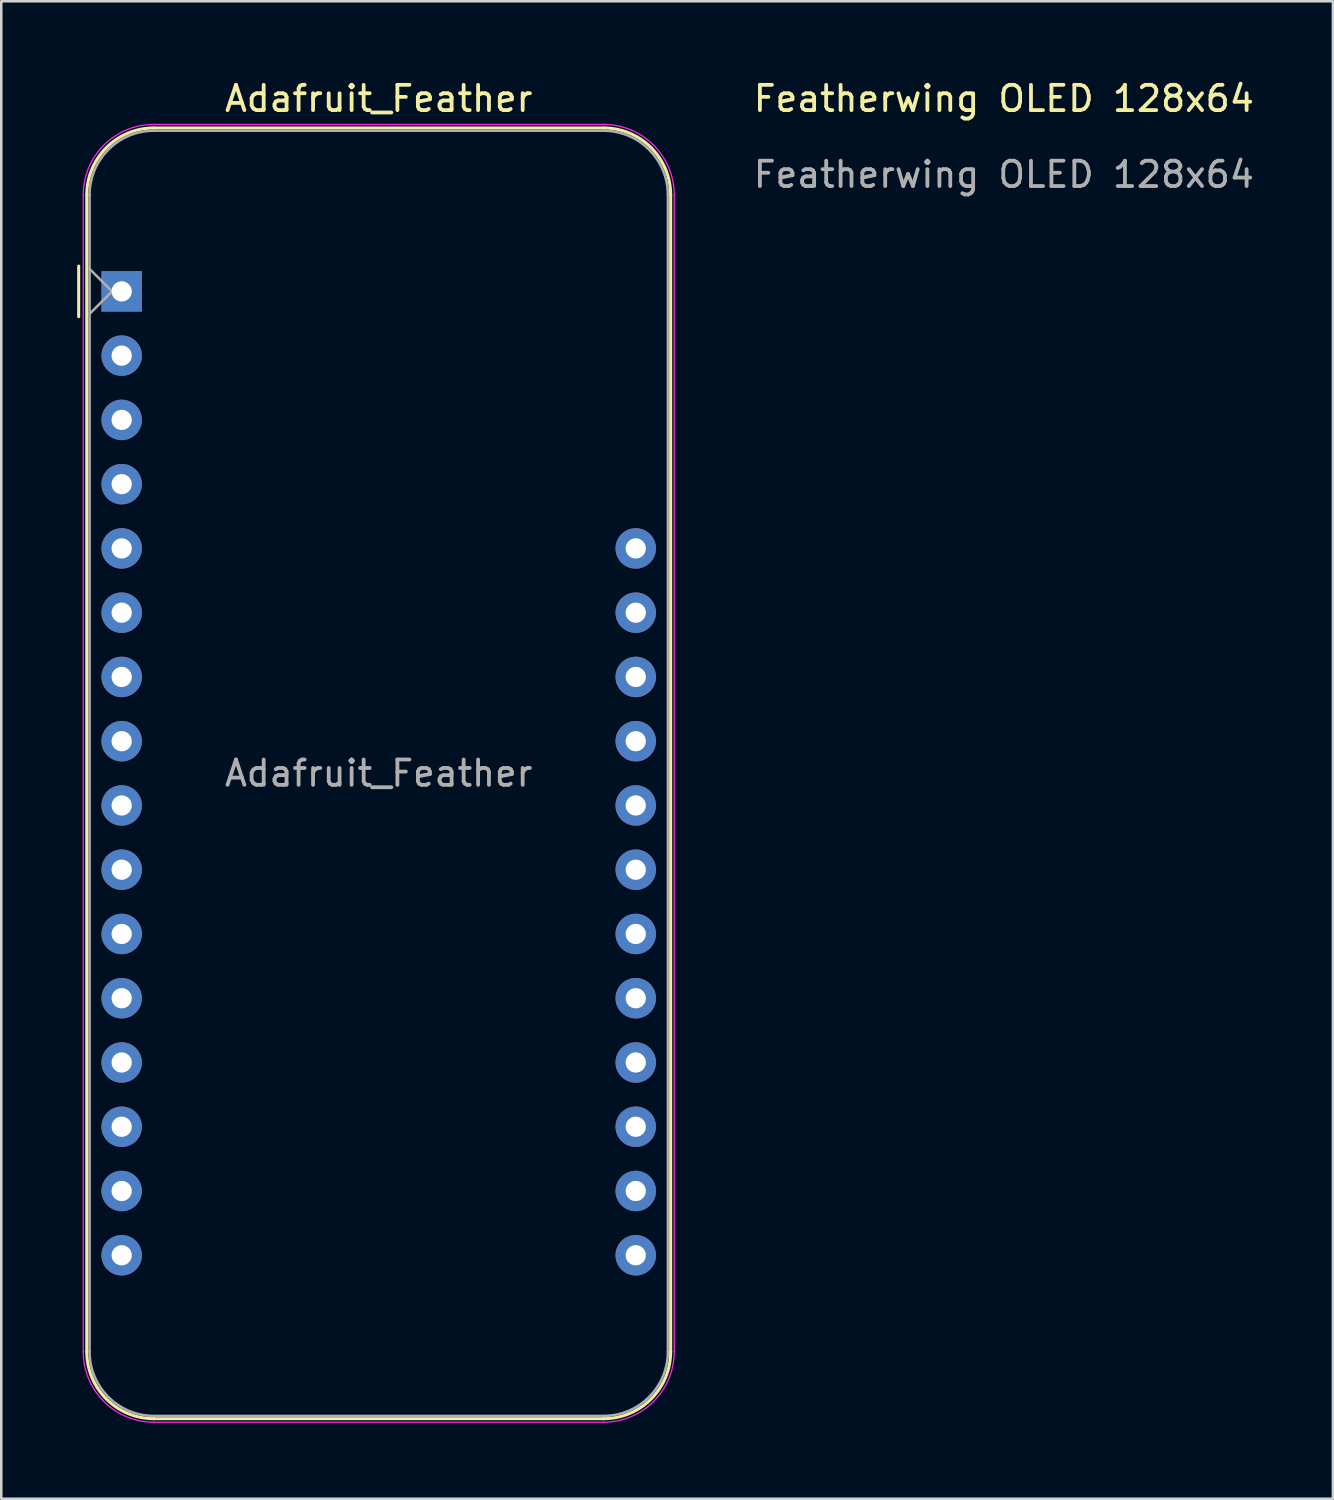
<source format=kicad_pcb>
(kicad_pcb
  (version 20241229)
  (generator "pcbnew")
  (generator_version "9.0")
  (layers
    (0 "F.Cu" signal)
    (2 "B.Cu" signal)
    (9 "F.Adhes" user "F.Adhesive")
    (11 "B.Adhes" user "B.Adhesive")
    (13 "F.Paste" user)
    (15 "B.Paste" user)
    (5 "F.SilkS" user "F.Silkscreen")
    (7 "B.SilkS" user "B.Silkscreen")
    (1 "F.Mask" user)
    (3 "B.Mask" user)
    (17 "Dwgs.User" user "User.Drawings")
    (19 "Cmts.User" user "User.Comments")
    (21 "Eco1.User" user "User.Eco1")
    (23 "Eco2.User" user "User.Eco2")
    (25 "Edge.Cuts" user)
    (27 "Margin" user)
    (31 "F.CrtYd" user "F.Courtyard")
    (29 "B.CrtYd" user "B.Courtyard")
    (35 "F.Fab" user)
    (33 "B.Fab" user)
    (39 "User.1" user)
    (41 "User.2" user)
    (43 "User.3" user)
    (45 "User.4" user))
  (footprint "Adafruit_Feather"
    (layer "F.Cu")
    (at 1.76 8.468)
    (property "Reference" "Adafruit_Feather" (at 10.16 -7.62 0) (layer "F.SilkS") (effects (font (size 1 1) (thickness 0.15))))
    (attr through_hole)
    (fp_line (start -1.7 1) (end -1.7 -1) (stroke (width 0.12) (type solid)) (layer "F.SilkS"))
    (fp_line (start -1.38 -3.81) (end -1.38 41.91) (stroke (width 0.12) (type solid)) (layer "F.SilkS"))
    (fp_line (start 19.05 -6.46) (end 1.27 -6.46) (stroke (width 0.12) (type solid)) (layer "F.SilkS"))
    (fp_line (start 19.05 44.56) (end 1.27 44.56) (stroke (width 0.12) (type solid)) (layer "F.SilkS"))
    (fp_line (start 21.7 -3.81) (end 21.7 41.91) (stroke (width 0.12) (type solid)) (layer "F.SilkS"))
    (fp_arc (start -1.38 -3.81) (mid -0.603833 -5.683833) (end 1.27 -6.46) (stroke (width 0.12) (type solid)) (layer "F.SilkS"))
    (fp_arc (start 1.27 44.56) (mid -0.603833 43.783833) (end -1.38 41.91) (stroke (width 0.12) (type solid)) (layer "F.SilkS"))
    (fp_arc (start 19.05 -6.46) (mid 20.923833 -5.683833) (end 21.7 -3.81) (stroke (width 0.12) (type solid)) (layer "F.SilkS"))
    (fp_arc (start 21.7 41.91) (mid 20.923833 43.783833) (end 19.05 44.56) (stroke (width 0.12) (type solid)) (layer "F.SilkS"))
    (fp_line (start -1.52 41.91) (end -1.52 -3.81) (stroke (width 0.05) (type solid)) (layer "F.CrtYd"))
    (fp_line (start 19.05 -6.6) (end 1.27 -6.6) (stroke (width 0.05) (type solid)) (layer "F.CrtYd"))
    (fp_line (start 19.05 44.7) (end 1.27 44.7) (stroke (width 0.05) (type solid)) (layer "F.CrtYd"))
    (fp_line (start 21.84 41.91) (end 21.84 -3.81) (stroke (width 0.05) (type solid)) (layer "F.CrtYd"))
    (fp_arc (start -1.52 -3.81) (mid -0.702828 -5.782828) (end 1.27 -6.6) (stroke (width 0.05) (type solid)) (layer "F.CrtYd"))
    (fp_arc (start 1.27 44.7) (mid -0.702828 43.882828) (end -1.52 41.91) (stroke (width 0.05) (type solid)) (layer "F.CrtYd"))
    (fp_arc (start 19.05 -6.6) (mid 21.022828 -5.782828) (end 21.84 -3.81) (stroke (width 0.05) (type solid)) (layer "F.CrtYd"))
    (fp_arc (start 21.84 41.91) (mid 21.022828 43.882828) (end 19.05 44.7) (stroke (width 0.05) (type solid)) (layer "F.CrtYd"))
    (fp_line (start -1.27 -3.81) (end -1.27 41.91) (stroke (width 0.1) (type solid)) (layer "F.Fab"))
    (fp_line (start -1.27 -0.889) (end -0.381 0) (stroke (width 0.1) (type solid)) (layer "F.Fab"))
    (fp_line (start -0.381 0) (end -1.27 0.889) (stroke (width 0.1) (type solid)) (layer "F.Fab"))
    (fp_line (start 1.27 44.45) (end 19.05 44.45) (stroke (width 0.1) (type solid)) (layer "F.Fab"))
    (fp_line (start 19.05 -6.35) (end 1.27 -6.35) (stroke (width 0.1) (type solid)) (layer "F.Fab"))
    (fp_line (start 21.59 41.91) (end 21.59 -3.81) (stroke (width 0.1) (type solid)) (layer "F.Fab"))
    (fp_arc (start -1.27 -3.81) (mid -0.526051 -5.606051) (end 1.27 -6.35) (stroke (width 0.1) (type solid)) (layer "F.Fab"))
    (fp_arc (start 1.221238 44.449532) (mid -0.543209 43.688728) (end -1.27 41.91) (stroke (width 0.1) (type solid)) (layer "F.Fab"))
    (fp_arc (start 19.05 -6.35) (mid 20.846051 -5.606051) (end 21.59 -3.81) (stroke (width 0.1) (type solid)) (layer "F.Fab"))
    (fp_arc (start 21.59 41.91) (mid 20.846051 43.706051) (end 19.05 44.45) (stroke (width 0.1) (type solid)) (layer "F.Fab"))
    (fp_text user "${REFERENCE}" (at 10.16 19.05 180) (layer "F.Fab") (effects (font (size 1 1) (thickness 0.15))))
    (pad "1" thru_hole rect (at 0 0 180) (size 1.6 1.6) (drill 0.8) (layers "*.Cu" "*.Mask"))
    (pad "2" thru_hole circle (at 0 2.54 180) (size 1.6 1.6) (drill 0.8) (layers "*.Cu" "*.Mask"))
    (pad "3" thru_hole circle (at 0 5.08 180) (size 1.6 1.6) (drill 0.8) (layers "*.Cu" "*.Mask"))
    (pad "4" thru_hole circle (at 0 7.62 180) (size 1.6 1.6) (drill 0.8) (layers "*.Cu" "*.Mask"))
    (pad "5" thru_hole circle (at 0 10.16 180) (size 1.6 1.6) (drill 0.8) (layers "*.Cu" "*.Mask"))
    (pad "6" thru_hole circle (at 0 12.7 180) (size 1.6 1.6) (drill 0.8) (layers "*.Cu" "*.Mask"))
    (pad "7" thru_hole circle (at 0 15.24 180) (size 1.6 1.6) (drill 0.8) (layers "*.Cu" "*.Mask"))
    (pad "8" thru_hole circle (at 0 17.78 180) (size 1.6 1.6) (drill 0.8) (layers "*.Cu" "*.Mask"))
    (pad "9" thru_hole circle (at 0 20.32 180) (size 1.6 1.6) (drill 0.8) (layers "*.Cu" "*.Mask"))
    (pad "10" thru_hole circle (at 0 22.86 180) (size 1.6 1.6) (drill 0.8) (layers "*.Cu" "*.Mask"))
    (pad "11" thru_hole circle (at 0 25.4 180) (size 1.6 1.6) (drill 0.8) (layers "*.Cu" "*.Mask"))
    (pad "12" thru_hole circle (at 0 27.94 180) (size 1.6 1.6) (drill 0.8) (layers "*.Cu" "*.Mask"))
    (pad "13" thru_hole circle (at 0 30.48 180) (size 1.6 1.6) (drill 0.8) (layers "*.Cu" "*.Mask"))
    (pad "14" thru_hole circle (at 0 33.02 180) (size 1.6 1.6) (drill 0.8) (layers "*.Cu" "*.Mask"))
    (pad "15" thru_hole circle (at 0 35.56 180) (size 1.6 1.6) (drill 0.8) (layers "*.Cu" "*.Mask"))
    (pad "16" thru_hole circle (at 0 38.1 180) (size 1.6 1.6) (drill 0.8) (layers "*.Cu" "*.Mask"))
    (pad "17" thru_hole circle (at 20.32 38.1 180) (size 1.6 1.6) (drill 0.8) (layers "*.Cu" "*.Mask"))
    (pad "18" thru_hole circle (at 20.32 35.56 180) (size 1.6 1.6) (drill 0.8) (layers "*.Cu" "*.Mask"))
    (pad "19" thru_hole circle (at 20.32 33.02 180) (size 1.6 1.6) (drill 0.8) (layers "*.Cu" "*.Mask"))
    (pad "20" thru_hole circle (at 20.32 30.48 180) (size 1.6 1.6) (drill 0.8) (layers "*.Cu" "*.Mask"))
    (pad "21" thru_hole circle (at 20.32 27.94 180) (size 1.6 1.6) (drill 0.8) (layers "*.Cu" "*.Mask"))
    (pad "22" thru_hole circle (at 20.32 25.4 180) (size 1.6 1.6) (drill 0.8) (layers "*.Cu" "*.Mask"))
    (pad "23" thru_hole circle (at 20.32 22.86 180) (size 1.6 1.6) (drill 0.8) (layers "*.Cu" "*.Mask"))
    (pad "24" thru_hole circle (at 20.32 20.32 180) (size 1.6 1.6) (drill 0.8) (layers "*.Cu" "*.Mask"))
    (pad "25" thru_hole circle (at 20.32 17.78 180) (size 1.6 1.6) (drill 0.8) (layers "*.Cu" "*.Mask"))
    (pad "26" thru_hole circle (at 20.32 15.24 180) (size 1.6 1.6) (drill 0.8) (layers "*.Cu" "*.Mask"))
    (pad "27" thru_hole circle (at 20.32 12.7 180) (size 1.6 1.6) (drill 0.8) (layers "*.Cu" "*.Mask"))
    (pad "28" thru_hole circle (at 20.32 10.16 180) (size 1.6 1.6) (drill 0.8) (layers "*.Cu" "*.Mask")))
  (footprint "Featherwing OLED 128x64"
    (layer "F.Cu")
    (at 36.631 1.348)
    (property "Reference" "Featherwing OLED 128x64" (at 0 -0.5 0) (unlocked yes) (layer "F.SilkS") (effects (font (size 1 1) (thickness 0.15))))
    (attr through_hole)
    (fp_text user "${REFERENCE}" (at 0 2.5 0) (unlocked yes) (layer "F.Fab") (effects (font (size 1 1) (thickness 0.15)))))
  (gr_rect
    (start -3 -3)
    (end 49.637 56.193)
    (stroke (width 0.1) (type default))
    (fill no)
    (layer "Edge.Cuts")))
</source>
